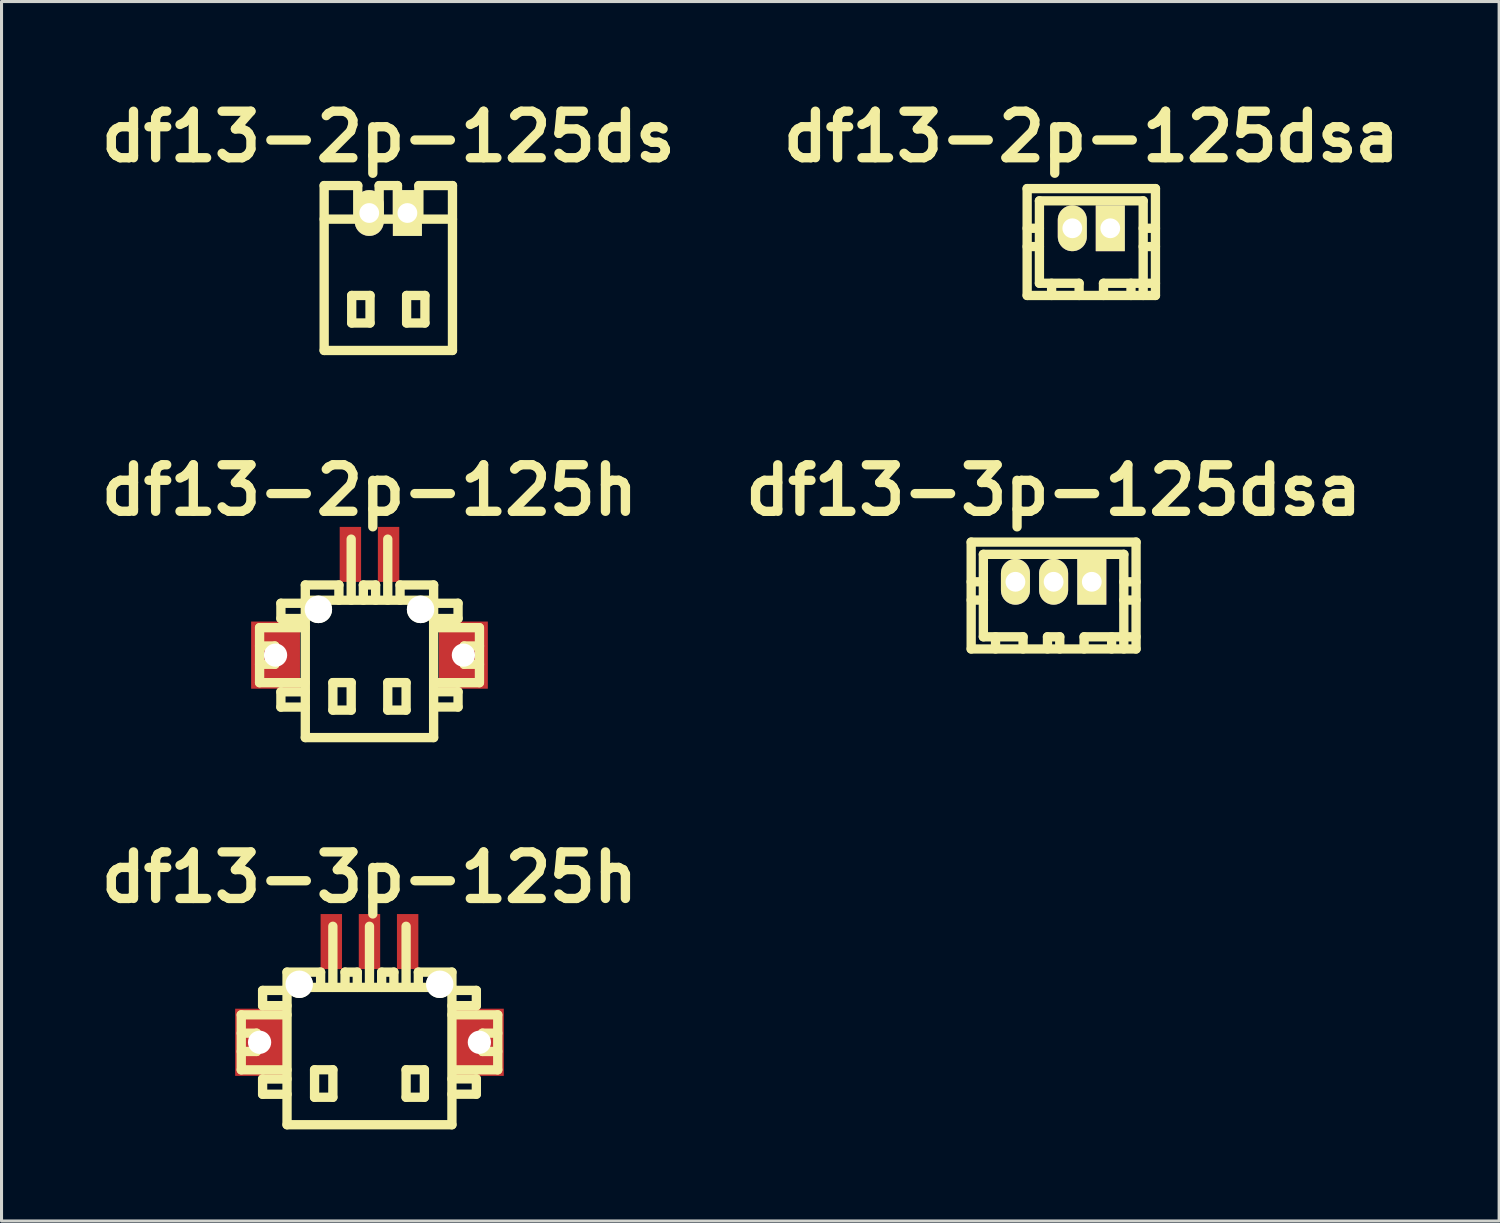
<source format=kicad_pcb>
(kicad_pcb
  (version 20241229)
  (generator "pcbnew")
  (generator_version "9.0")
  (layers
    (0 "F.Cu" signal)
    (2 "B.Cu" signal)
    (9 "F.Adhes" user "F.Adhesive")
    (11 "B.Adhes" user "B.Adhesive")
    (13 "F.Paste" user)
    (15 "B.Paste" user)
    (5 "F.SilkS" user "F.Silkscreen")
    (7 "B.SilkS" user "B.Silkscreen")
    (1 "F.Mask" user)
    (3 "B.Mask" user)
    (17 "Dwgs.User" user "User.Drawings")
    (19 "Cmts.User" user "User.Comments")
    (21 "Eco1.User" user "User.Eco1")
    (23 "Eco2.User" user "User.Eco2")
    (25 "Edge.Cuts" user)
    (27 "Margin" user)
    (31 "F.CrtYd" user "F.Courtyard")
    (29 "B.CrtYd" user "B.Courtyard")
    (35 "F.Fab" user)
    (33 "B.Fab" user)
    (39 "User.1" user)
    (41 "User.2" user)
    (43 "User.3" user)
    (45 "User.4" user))
  (footprint "df13-2p-125dsa"
    (layer "F.Cu")
    (at 32.689 4.426)
    (property "Reference" "df13-2p-125dsa" (at 0 -3 0) (layer "F.SilkS") (effects (font (size 1.524 1.524) (thickness 0.305))))
    (attr through_hole)
    (fp_line (start -2.101 -1.3) (end 2.101 -1.3) (stroke (width 0.305) (type solid)) (layer "F.SilkS"))
    (fp_line (start -2.101 2.2) (end -2.101 -1.3) (stroke (width 0.305) (type solid)) (layer "F.SilkS"))
    (fp_line (start -1.699 -0.899) (end -1.699 1.801) (stroke (width 0.305) (type solid)) (layer "F.SilkS"))
    (fp_line (start -1.699 0) (end -2.101 0) (stroke (width 0.305) (type solid)) (layer "F.SilkS"))
    (fp_line (start -1.699 0.599) (end -2.101 0.599) (stroke (width 0.305) (type solid)) (layer "F.SilkS"))
    (fp_line (start -1.3 1.801) (end -1.3 2.2) (stroke (width 0.305) (type solid)) (layer "F.SilkS"))
    (fp_line (start -0.701 -0.099) (end -0.5 -0.099) (stroke (width 0.305) (type solid)) (layer "F.SilkS"))
    (fp_line (start -0.701 0.099) (end -0.701 -0.099) (stroke (width 0.305) (type solid)) (layer "F.SilkS"))
    (fp_line (start -0.5 -0.099) (end -0.5 0.099) (stroke (width 0.305) (type solid)) (layer "F.SilkS"))
    (fp_line (start -0.5 0.099) (end -0.701 0.099) (stroke (width 0.305) (type solid)) (layer "F.SilkS"))
    (fp_line (start -0.399 1.801) (end -1.699 1.801) (stroke (width 0.305) (type solid)) (layer "F.SilkS"))
    (fp_line (start -0.399 1.801) (end -0.399 2.2) (stroke (width 0.305) (type solid)) (layer "F.SilkS"))
    (fp_line (start 0.399 1.801) (end 0.399 2.2) (stroke (width 0.305) (type solid)) (layer "F.SilkS"))
    (fp_line (start 0.5 -0.099) (end 0.701 -0.099) (stroke (width 0.305) (type solid)) (layer "F.SilkS"))
    (fp_line (start 0.5 0.099) (end 0.5 -0.099) (stroke (width 0.305) (type solid)) (layer "F.SilkS"))
    (fp_line (start 0.701 -0.099) (end 0.701 0.099) (stroke (width 0.305) (type solid)) (layer "F.SilkS"))
    (fp_line (start 0.701 0.099) (end 0.5 0.099) (stroke (width 0.305) (type solid)) (layer "F.SilkS"))
    (fp_line (start 1.3 1.801) (end 1.3 2.2) (stroke (width 0.305) (type solid)) (layer "F.SilkS"))
    (fp_line (start 1.699 -0.899) (end -1.699 -0.899) (stroke (width 0.305) (type solid)) (layer "F.SilkS"))
    (fp_line (start 1.699 -0.899) (end 1.699 2.2) (stroke (width 0.305) (type solid)) (layer "F.SilkS"))
    (fp_line (start 1.699 0) (end 2.101 0) (stroke (width 0.305) (type solid)) (layer "F.SilkS"))
    (fp_line (start 2.101 -1.3) (end 2.101 2.2) (stroke (width 0.305) (type solid)) (layer "F.SilkS"))
    (fp_line (start 2.101 0.599) (end 1.699 0.599) (stroke (width 0.305) (type solid)) (layer "F.SilkS"))
    (fp_line (start 2.101 1.801) (end 0.399 1.801) (stroke (width 0.305) (type solid)) (layer "F.SilkS"))
    (fp_line (start 2.101 2.2) (end -2.101 2.2) (stroke (width 0.305) (type solid)) (layer "F.SilkS"))
    (pad "1" thru_hole rect (at 0.622 0) (size 0.95 1.499) (drill 0.648) (layers "*.Cu" "*.Mask" "F.SilkS"))
    (pad "2" thru_hole oval (at -0.622 0) (size 0.95 1.499) (drill 0.648) (layers "*.Cu" "*.Mask" "F.SilkS")))
  (footprint "df13-2p-125h"
    (layer "F.Cu")
    (at 9.05 18.606)
    (property "Reference" "df13-2p-125h" (at 0 -5.601 0) (layer "F.SilkS") (effects (font (size 1.524 1.524) (thickness 0.305))))
    (attr through_hole)
    (fp_line (start -3.599 -1.1) (end -3.599 0.701) (stroke (width 0.305) (type solid)) (layer "F.SilkS"))
    (fp_line (start -3.599 0.701) (end -2.101 0.701) (stroke (width 0.305) (type solid)) (layer "F.SilkS"))
    (fp_line (start -3.099 -0.5) (end -3.599 -0.5) (stroke (width 0.305) (type solid)) (layer "F.SilkS"))
    (fp_line (start -3.099 0.099) (end -3.599 0.099) (stroke (width 0.305) (type solid)) (layer "F.SilkS"))
    (fp_line (start -3.099 0.099) (end -3.099 -0.5) (stroke (width 0.305) (type solid)) (layer "F.SilkS"))
    (fp_line (start -2.901 -1.9) (end -2.901 -1.4) (stroke (width 0.305) (type solid)) (layer "F.SilkS"))
    (fp_line (start -2.901 -1.9) (end -2.101 -1.9) (stroke (width 0.305) (type solid)) (layer "F.SilkS"))
    (fp_line (start -2.901 1.001) (end -2.901 1.501) (stroke (width 0.305) (type solid)) (layer "F.SilkS"))
    (fp_line (start -2.901 1.501) (end -2.101 1.501) (stroke (width 0.305) (type solid)) (layer "F.SilkS"))
    (fp_line (start -2.101 -1.4) (end -2.901 -1.4) (stroke (width 0.305) (type solid)) (layer "F.SilkS"))
    (fp_line (start -2.101 -1.1) (end -3.599 -1.1) (stroke (width 0.305) (type solid)) (layer "F.SilkS"))
    (fp_line (start -2.101 1.001) (end -2.901 1.001) (stroke (width 0.305) (type solid)) (layer "F.SilkS"))
    (fp_line (start -2.101 2.499) (end -2.101 -2.499) (stroke (width 0.305) (type solid)) (layer "F.SilkS"))
    (fp_line (start -1.199 0.699) (end -1.199 1.6) (stroke (width 0.305) (type solid)) (layer "F.SilkS"))
    (fp_line (start -1.199 1.6) (end -0.599 1.6) (stroke (width 0.305) (type solid)) (layer "F.SilkS"))
    (fp_line (start -1.001 -2.499) (end -2.101 -2.499) (stroke (width 0.305) (type solid)) (layer "F.SilkS"))
    (fp_line (start -1.001 -2.499) (end -1.001 -1.999) (stroke (width 0.305) (type solid)) (layer "F.SilkS"))
    (fp_line (start -0.599 -4) (end -0.599 -1.999) (stroke (width 0.305) (type solid)) (layer "F.SilkS"))
    (fp_line (start -0.599 0.699) (end -1.199 0.699) (stroke (width 0.305) (type solid)) (layer "F.SilkS"))
    (fp_line (start -0.599 1.6) (end -0.599 0.699) (stroke (width 0.305) (type solid)) (layer "F.SilkS"))
    (fp_line (start -0.201 -2.499) (end -0.201 -1.999) (stroke (width 0.305) (type solid)) (layer "F.SilkS"))
    (fp_line (start 0.201 -2.499) (end -0.201 -2.499) (stroke (width 0.305) (type solid)) (layer "F.SilkS"))
    (fp_line (start 0.201 -2.499) (end 0.201 -1.999) (stroke (width 0.305) (type solid)) (layer "F.SilkS"))
    (fp_line (start 0.599 -1.999) (end 0.599 -4) (stroke (width 0.305) (type solid)) (layer "F.SilkS"))
    (fp_line (start 0.599 0.699) (end 1.199 0.699) (stroke (width 0.305) (type solid)) (layer "F.SilkS"))
    (fp_line (start 0.599 1.6) (end 0.599 0.699) (stroke (width 0.305) (type solid)) (layer "F.SilkS"))
    (fp_line (start 1.001 -2.499) (end 1.001 -1.999) (stroke (width 0.305) (type solid)) (layer "F.SilkS"))
    (fp_line (start 1.199 0.699) (end 1.199 1.6) (stroke (width 0.305) (type solid)) (layer "F.SilkS"))
    (fp_line (start 1.199 1.6) (end 0.599 1.6) (stroke (width 0.305) (type solid)) (layer "F.SilkS"))
    (fp_line (start 2.101 -2.499) (end 1.001 -2.499) (stroke (width 0.305) (type solid)) (layer "F.SilkS"))
    (fp_line (start 2.101 -2.499) (end 2.101 2.499) (stroke (width 0.305) (type solid)) (layer "F.SilkS"))
    (fp_line (start 2.101 -1.999) (end -2.101 -1.999) (stroke (width 0.305) (type solid)) (layer "F.SilkS"))
    (fp_line (start 2.101 -1.9) (end 2.901 -1.9) (stroke (width 0.305) (type solid)) (layer "F.SilkS"))
    (fp_line (start 2.101 0.998) (end 2.901 0.998) (stroke (width 0.305) (type solid)) (layer "F.SilkS"))
    (fp_line (start 2.101 2.499) (end -2.101 2.499) (stroke (width 0.305) (type solid)) (layer "F.SilkS"))
    (fp_line (start 2.901 -1.9) (end 2.901 -1.4) (stroke (width 0.305) (type solid)) (layer "F.SilkS"))
    (fp_line (start 2.901 -1.4) (end 2.101 -1.4) (stroke (width 0.305) (type solid)) (layer "F.SilkS"))
    (fp_line (start 2.901 0.998) (end 2.901 1.499) (stroke (width 0.305) (type solid)) (layer "F.SilkS"))
    (fp_line (start 2.901 1.499) (end 2.101 1.499) (stroke (width 0.305) (type solid)) (layer "F.SilkS"))
    (fp_line (start 3.101 0.099) (end 3.101 -0.5) (stroke (width 0.305) (type solid)) (layer "F.SilkS"))
    (fp_line (start 3.599 -1.1) (end 2.101 -1.1) (stroke (width 0.305) (type solid)) (layer "F.SilkS"))
    (fp_line (start 3.599 0.701) (end 2.2 0.701) (stroke (width 0.305) (type solid)) (layer "F.SilkS"))
    (fp_line (start 3.602 -1.1) (end 3.602 0.701) (stroke (width 0.305) (type solid)) (layer "F.SilkS"))
    (fp_line (start 3.602 -0.5) (end 3.101 -0.5) (stroke (width 0.305) (type solid)) (layer "F.SilkS"))
    (fp_line (start 3.602 0.099) (end 3.101 0.099) (stroke (width 0.305) (type solid)) (layer "F.SilkS"))
    (pad "" np_thru_hole rect (at -3.076 -0.201) (size 1.6 2.2) (drill 0.762) (layers "F.Cu" "F.Mask" "F.Paste"))
    (pad "" np_thru_hole circle (at -1.674 -1.699) (size 0.899 0.899) (drill 0.899) (layers "*.Cu" "*.Mask" "F.SilkS"))
    (pad "" np_thru_hole circle (at 1.674 -1.699) (size 0.899 0.899) (drill 0.899) (layers "*.Cu" "*.Mask" "F.SilkS"))
    (pad "" np_thru_hole rect (at 3.076 -0.201) (size 1.6 2.2) (drill 0.762) (layers "F.Cu" "F.Mask" "F.Paste"))
    (pad "1" smd rect (at 0.625 -3.5) (size 0.701 1.801) (layers "F.Cu" "F.Mask" "F.Paste"))
    (pad "2" smd rect (at -0.625 -3.5) (size 0.701 1.801) (layers "F.Cu" "F.Mask" "F.Paste")))
  (footprint "df13-2p-125ds"
    (layer "F.Cu")
    (at 9.667 5.727)
    (property "Reference" "df13-2p-125ds" (at 0 -4.3 0) (layer "F.SilkS") (effects (font (size 1.524 1.524) (thickness 0.305))))
    (attr through_hole)
    (fp_line (start -2.101 2.7) (end -2.101 -2.7) (stroke (width 0.305) (type solid)) (layer "F.SilkS"))
    (fp_line (start -1.199 0.899) (end -1.199 1.801) (stroke (width 0.305) (type solid)) (layer "F.SilkS"))
    (fp_line (start -1.199 1.801) (end -0.599 1.801) (stroke (width 0.305) (type solid)) (layer "F.SilkS"))
    (fp_line (start -1.001 -2.7) (end -2.101 -2.7) (stroke (width 0.305) (type solid)) (layer "F.SilkS"))
    (fp_line (start -1.001 -1.6) (end -1.001 -2.7) (stroke (width 0.305) (type solid)) (layer "F.SilkS"))
    (fp_line (start -0.599 0.899) (end -1.199 0.899) (stroke (width 0.305) (type solid)) (layer "F.SilkS"))
    (fp_line (start -0.599 1.801) (end -0.599 0.899) (stroke (width 0.305) (type solid)) (layer "F.SilkS"))
    (fp_line (start -0.3 -1.6) (end -0.3 -2.7) (stroke (width 0.305) (type solid)) (layer "F.SilkS"))
    (fp_line (start 0.3 -2.7) (end -0.3 -2.7) (stroke (width 0.305) (type solid)) (layer "F.SilkS"))
    (fp_line (start 0.3 -1.6) (end 0.3 -2.7) (stroke (width 0.305) (type solid)) (layer "F.SilkS"))
    (fp_line (start 0.599 0.899) (end 1.199 0.899) (stroke (width 0.305) (type solid)) (layer "F.SilkS"))
    (fp_line (start 0.599 1.801) (end 0.599 0.899) (stroke (width 0.305) (type solid)) (layer "F.SilkS"))
    (fp_line (start 1.001 -1.6) (end 1.001 -2.7) (stroke (width 0.305) (type solid)) (layer "F.SilkS"))
    (fp_line (start 1.199 0.899) (end 1.199 1.801) (stroke (width 0.305) (type solid)) (layer "F.SilkS"))
    (fp_line (start 1.199 1.801) (end 0.599 1.801) (stroke (width 0.305) (type solid)) (layer "F.SilkS"))
    (fp_line (start 2.101 -2.7) (end 1.001 -2.7) (stroke (width 0.305) (type solid)) (layer "F.SilkS"))
    (fp_line (start 2.101 -1.6) (end -2.101 -1.6) (stroke (width 0.305) (type solid)) (layer "F.SilkS"))
    (fp_line (start 2.101 2.7) (end -2.101 2.7) (stroke (width 0.305) (type solid)) (layer "F.SilkS"))
    (fp_line (start 2.101 2.7) (end 2.101 -2.7) (stroke (width 0.305) (type solid)) (layer "F.SilkS"))
    (pad "1" thru_hole rect (at 0.625 -1.801) (size 0.95 1.499) (drill 0.648) (layers "*.Cu" "*.Mask" "F.SilkS"))
    (pad "2" thru_hole oval (at -0.625 -1.801) (size 0.95 1.499) (drill 0.648) (layers "*.Cu" "*.Mask" "F.SilkS")))
  (footprint "df13-3p-125dsa"
    (layer "F.Cu")
    (at 31.455 16.003)
    (property "Reference" "df13-3p-125dsa" (at 0 -2.997 0) (layer "F.SilkS") (effects (font (size 1.524 1.524) (thickness 0.305))))
    (attr through_hole)
    (fp_line (start -2.7 -1.3) (end 2.7 -1.3) (stroke (width 0.305) (type solid)) (layer "F.SilkS"))
    (fp_line (start -2.7 2.2) (end -2.7 -1.3) (stroke (width 0.305) (type solid)) (layer "F.SilkS"))
    (fp_line (start -2.301 -0.899) (end -2.301 1.801) (stroke (width 0.305) (type solid)) (layer "F.SilkS"))
    (fp_line (start -2.299 0) (end -2.7 0) (stroke (width 0.305) (type solid)) (layer "F.SilkS"))
    (fp_line (start -2.299 0.599) (end -2.7 0.599) (stroke (width 0.305) (type solid)) (layer "F.SilkS"))
    (fp_line (start -1.902 1.801) (end -1.902 2.2) (stroke (width 0.305) (type solid)) (layer "F.SilkS"))
    (fp_line (start -1.3 -0.099) (end -1.1 -0.099) (stroke (width 0.305) (type solid)) (layer "F.SilkS"))
    (fp_line (start -1.3 0.099) (end -1.3 -0.099) (stroke (width 0.305) (type solid)) (layer "F.SilkS"))
    (fp_line (start -1.1 -0.099) (end -1.1 0.099) (stroke (width 0.305) (type solid)) (layer "F.SilkS"))
    (fp_line (start -1.1 0.099) (end -1.3 0.099) (stroke (width 0.305) (type solid)) (layer "F.SilkS"))
    (fp_line (start -1.001 1.801) (end -2.301 1.801) (stroke (width 0.305) (type solid)) (layer "F.SilkS"))
    (fp_line (start -1.001 1.801) (end -1.001 2.2) (stroke (width 0.305) (type solid)) (layer "F.SilkS"))
    (fp_line (start -0.201 1.801) (end 0.201 1.801) (stroke (width 0.305) (type solid)) (layer "F.SilkS"))
    (fp_line (start -0.201 2.2) (end -0.201 1.801) (stroke (width 0.305) (type solid)) (layer "F.SilkS"))
    (fp_line (start -0.099 -0.099) (end 0.099 -0.099) (stroke (width 0.305) (type solid)) (layer "F.SilkS"))
    (fp_line (start -0.099 0.099) (end -0.099 -0.099) (stroke (width 0.305) (type solid)) (layer "F.SilkS"))
    (fp_line (start 0.099 -0.099) (end 0.099 0.099) (stroke (width 0.305) (type solid)) (layer "F.SilkS"))
    (fp_line (start 0.099 0.099) (end -0.099 0.099) (stroke (width 0.305) (type solid)) (layer "F.SilkS"))
    (fp_line (start 0.201 2.2) (end 0.201 1.801) (stroke (width 0.305) (type solid)) (layer "F.SilkS"))
    (fp_line (start 0.998 1.801) (end 0.998 2.2) (stroke (width 0.305) (type solid)) (layer "F.SilkS"))
    (fp_line (start 1.1 -0.099) (end 1.3 -0.099) (stroke (width 0.305) (type solid)) (layer "F.SilkS"))
    (fp_line (start 1.1 0.099) (end 1.1 -0.099) (stroke (width 0.305) (type solid)) (layer "F.SilkS"))
    (fp_line (start 1.3 -0.099) (end 1.3 0.099) (stroke (width 0.305) (type solid)) (layer "F.SilkS"))
    (fp_line (start 1.3 0.099) (end 1.1 0.099) (stroke (width 0.305) (type solid)) (layer "F.SilkS"))
    (fp_line (start 1.9 1.801) (end 1.9 2.2) (stroke (width 0.305) (type solid)) (layer "F.SilkS"))
    (fp_line (start 2.299 -0.899) (end 2.299 2.2) (stroke (width 0.305) (type solid)) (layer "F.SilkS"))
    (fp_line (start 2.299 0) (end 2.7 0) (stroke (width 0.305) (type solid)) (layer "F.SilkS"))
    (fp_line (start 2.301 -0.899) (end -2.301 -0.899) (stroke (width 0.305) (type solid)) (layer "F.SilkS"))
    (fp_line (start 2.7 -1.3) (end 2.7 2.2) (stroke (width 0.305) (type solid)) (layer "F.SilkS"))
    (fp_line (start 2.7 0.599) (end 2.299 0.599) (stroke (width 0.305) (type solid)) (layer "F.SilkS"))
    (fp_line (start 2.7 1.801) (end 0.998 1.801) (stroke (width 0.305) (type solid)) (layer "F.SilkS"))
    (fp_line (start 2.7 2.2) (end -2.7 2.2) (stroke (width 0.305) (type solid)) (layer "F.SilkS"))
    (pad "1" thru_hole rect (at 1.25 0) (size 0.95 1.499) (drill 0.648) (layers "*.Cu" "*.Mask" "F.SilkS"))
    (pad "2" thru_hole oval (at 0 0) (size 0.95 1.499) (drill 0.648) (layers "*.Cu" "*.Mask" "F.SilkS"))
    (pad "3" thru_hole oval (at -1.25 0) (size 0.95 1.499) (drill 0.648) (layers "*.Cu" "*.Mask" "F.SilkS")))
  (footprint "df13-3p-125h"
    (layer "F.Cu")
    (at 9.05 31.285)
    (property "Reference" "df13-3p-125h" (at 0 -5.601 0) (layer "F.SilkS") (effects (font (size 1.524 1.524) (thickness 0.305))))
    (attr through_hole)
    (fp_line (start -4.199 -1.1) (end -4.199 0.701) (stroke (width 0.305) (type solid)) (layer "F.SilkS"))
    (fp_line (start -4.199 0.701) (end -2.7 0.701) (stroke (width 0.305) (type solid)) (layer "F.SilkS"))
    (fp_line (start -3.698 -0.5) (end -4.199 -0.5) (stroke (width 0.305) (type solid)) (layer "F.SilkS"))
    (fp_line (start -3.698 0.099) (end -4.199 0.099) (stroke (width 0.305) (type solid)) (layer "F.SilkS"))
    (fp_line (start -3.698 0.099) (end -3.698 -0.5) (stroke (width 0.305) (type solid)) (layer "F.SilkS"))
    (fp_line (start -3.5 -1.9) (end -3.5 -1.4) (stroke (width 0.305) (type solid)) (layer "F.SilkS"))
    (fp_line (start -3.5 -1.9) (end -2.7 -1.9) (stroke (width 0.305) (type solid)) (layer "F.SilkS"))
    (fp_line (start -3.5 1.001) (end -3.5 1.501) (stroke (width 0.305) (type solid)) (layer "F.SilkS"))
    (fp_line (start -3.5 1.501) (end -2.7 1.501) (stroke (width 0.305) (type solid)) (layer "F.SilkS"))
    (fp_line (start -2.7 -1.999) (end 2.7 -1.999) (stroke (width 0.305) (type solid)) (layer "F.SilkS"))
    (fp_line (start -2.7 -1.4) (end -3.5 -1.4) (stroke (width 0.305) (type solid)) (layer "F.SilkS"))
    (fp_line (start -2.7 -1.1) (end -4.199 -1.1) (stroke (width 0.305) (type solid)) (layer "F.SilkS"))
    (fp_line (start -2.7 1.001) (end -3.5 1.001) (stroke (width 0.305) (type solid)) (layer "F.SilkS"))
    (fp_line (start -2.7 2.499) (end -2.7 -2.499) (stroke (width 0.305) (type solid)) (layer "F.SilkS"))
    (fp_line (start -2.7 2.499) (end 2.7 2.499) (stroke (width 0.305) (type solid)) (layer "F.SilkS"))
    (fp_line (start -1.798 0.699) (end -1.798 1.6) (stroke (width 0.305) (type solid)) (layer "F.SilkS"))
    (fp_line (start -1.798 1.6) (end -1.199 1.6) (stroke (width 0.305) (type solid)) (layer "F.SilkS"))
    (fp_line (start -1.6 -2.499) (end -2.7 -2.499) (stroke (width 0.305) (type solid)) (layer "F.SilkS"))
    (fp_line (start -1.6 -2.499) (end -1.6 -1.999) (stroke (width 0.305) (type solid)) (layer "F.SilkS"))
    (fp_line (start -1.199 -4) (end -1.199 -1.999) (stroke (width 0.305) (type solid)) (layer "F.SilkS"))
    (fp_line (start -1.199 0.699) (end -1.798 0.699) (stroke (width 0.305) (type solid)) (layer "F.SilkS"))
    (fp_line (start -1.199 1.6) (end -1.199 0.699) (stroke (width 0.305) (type solid)) (layer "F.SilkS"))
    (fp_line (start -0.8 -2.499) (end -0.399 -2.499) (stroke (width 0.305) (type solid)) (layer "F.SilkS"))
    (fp_line (start -0.8 -1.999) (end -0.8 -2.499) (stroke (width 0.305) (type solid)) (layer "F.SilkS"))
    (fp_line (start -0.399 -2.499) (end -0.399 -1.999) (stroke (width 0.305) (type solid)) (layer "F.SilkS"))
    (fp_line (start 0 -1.999) (end 0 -4) (stroke (width 0.305) (type solid)) (layer "F.SilkS"))
    (fp_line (start 0.399 -2.499) (end 0.399 -1.999) (stroke (width 0.305) (type solid)) (layer "F.SilkS"))
    (fp_line (start 0.8 -2.499) (end 0.399 -2.499) (stroke (width 0.305) (type solid)) (layer "F.SilkS"))
    (fp_line (start 0.8 -2.499) (end 0.8 -1.999) (stroke (width 0.305) (type solid)) (layer "F.SilkS"))
    (fp_line (start 1.199 -1.999) (end 1.199 -4) (stroke (width 0.305) (type solid)) (layer "F.SilkS"))
    (fp_line (start 1.199 0.699) (end 1.798 0.699) (stroke (width 0.305) (type solid)) (layer "F.SilkS"))
    (fp_line (start 1.199 1.6) (end 1.199 0.699) (stroke (width 0.305) (type solid)) (layer "F.SilkS"))
    (fp_line (start 1.6 -2.499) (end 1.6 -1.999) (stroke (width 0.305) (type solid)) (layer "F.SilkS"))
    (fp_line (start 1.798 0.699) (end 1.798 1.6) (stroke (width 0.305) (type solid)) (layer "F.SilkS"))
    (fp_line (start 1.798 1.6) (end 1.199 1.6) (stroke (width 0.305) (type solid)) (layer "F.SilkS"))
    (fp_line (start 2.7 -2.499) (end 1.6 -2.499) (stroke (width 0.305) (type solid)) (layer "F.SilkS"))
    (fp_line (start 2.7 -2.499) (end 2.7 2.499) (stroke (width 0.305) (type solid)) (layer "F.SilkS"))
    (fp_line (start 2.7 -1.9) (end 3.5 -1.9) (stroke (width 0.305) (type solid)) (layer "F.SilkS"))
    (fp_line (start 2.7 0.998) (end 3.5 0.998) (stroke (width 0.305) (type solid)) (layer "F.SilkS"))
    (fp_line (start 3.5 -1.9) (end 3.5 -1.4) (stroke (width 0.305) (type solid)) (layer "F.SilkS"))
    (fp_line (start 3.5 -1.4) (end 2.7 -1.4) (stroke (width 0.305) (type solid)) (layer "F.SilkS"))
    (fp_line (start 3.5 0.998) (end 3.5 1.499) (stroke (width 0.305) (type solid)) (layer "F.SilkS"))
    (fp_line (start 3.5 1.499) (end 2.7 1.499) (stroke (width 0.305) (type solid)) (layer "F.SilkS"))
    (fp_line (start 3.701 0.099) (end 3.701 -0.5) (stroke (width 0.305) (type solid)) (layer "F.SilkS"))
    (fp_line (start 4.199 -1.1) (end 2.7 -1.1) (stroke (width 0.305) (type solid)) (layer "F.SilkS"))
    (fp_line (start 4.199 0.701) (end 2.799 0.701) (stroke (width 0.305) (type solid)) (layer "F.SilkS"))
    (fp_line (start 4.201 -1.1) (end 4.201 0.701) (stroke (width 0.305) (type solid)) (layer "F.SilkS"))
    (fp_line (start 4.201 -0.5) (end 3.701 -0.5) (stroke (width 0.305) (type solid)) (layer "F.SilkS"))
    (fp_line (start 4.201 0.099) (end 3.701 0.099) (stroke (width 0.305) (type solid)) (layer "F.SilkS"))
    (pad "" np_thru_hole rect (at -3.599 -0.201) (size 1.6 2.2) (drill 0.762) (layers "F.Cu" "F.Mask" "F.Paste"))
    (pad "" np_thru_hole circle (at -2.301 -2.101) (size 0.899 0.899) (drill 0.899) (layers "*.Cu" "*.Mask" "F.SilkS"))
    (pad "" np_thru_hole circle (at 2.301 -2.101) (size 0.899 0.899) (drill 0.899) (layers "*.Cu" "*.Mask" "F.SilkS"))
    (pad "" np_thru_hole rect (at 3.599 -0.201) (size 1.6 2.2) (drill 0.762) (layers "F.Cu" "F.Mask" "F.Paste"))
    (pad "1" smd rect (at 1.25 -3.5) (size 0.701 1.801) (layers "F.Cu" "F.Mask" "F.Paste"))
    (pad "2" smd rect (at 0 -3.5) (size 0.701 1.801) (layers "F.Cu" "F.Mask" "F.Paste"))
    (pad "3" smd rect (at -1.25 -3.5) (size 0.701 1.801) (layers "F.Cu" "F.Mask" "F.Paste")))
  (gr_rect
    (start -3 -3)
    (end 46.045 36.937)
    (stroke (width 0.1) (type default))
    (fill no)
    (layer "Edge.Cuts")))
</source>
